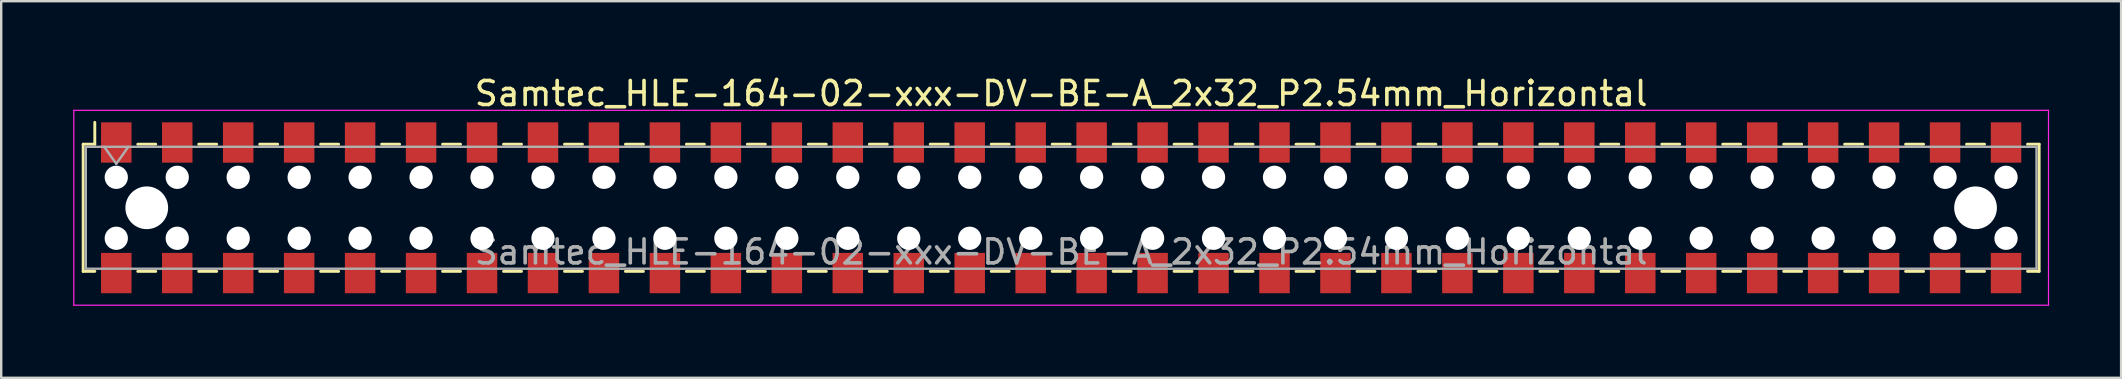
<source format=kicad_pcb>
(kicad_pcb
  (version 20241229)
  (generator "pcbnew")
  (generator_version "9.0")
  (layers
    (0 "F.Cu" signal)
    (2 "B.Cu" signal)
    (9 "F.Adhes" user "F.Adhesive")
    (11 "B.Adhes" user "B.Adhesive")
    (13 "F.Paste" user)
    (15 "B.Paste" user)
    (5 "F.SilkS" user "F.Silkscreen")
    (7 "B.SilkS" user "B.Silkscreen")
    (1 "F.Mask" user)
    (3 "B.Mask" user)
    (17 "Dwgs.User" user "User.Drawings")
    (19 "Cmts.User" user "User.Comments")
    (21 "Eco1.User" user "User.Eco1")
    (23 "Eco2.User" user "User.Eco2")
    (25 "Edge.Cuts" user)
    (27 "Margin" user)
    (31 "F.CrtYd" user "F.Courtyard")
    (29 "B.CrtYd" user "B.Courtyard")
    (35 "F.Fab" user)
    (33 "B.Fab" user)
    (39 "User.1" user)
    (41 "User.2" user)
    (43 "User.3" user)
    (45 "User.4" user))
  (footprint "Samtec_HLE-164-02-xxx-DV-BE-A_2x32_P2.54mm_Horizontal"
    (layer "F.Cu")
    (at 41.165 5.608)
    (property "Reference" "Samtec_HLE-164-02-xxx-DV-BE-A_2x32_P2.54mm_Horizontal" (at 0 -4.76 0) (layer "F.SilkS") (effects (font (size 1 1) (thickness 0.15))))
    (attr smd)
    (fp_line (start -40.75 -2.65) (end -40.75 2.65) (stroke (width 0.12) (type solid)) (layer "F.SilkS"))
    (fp_line (start -40.75 2.65) (end -40.265 2.65) (stroke (width 0.12) (type solid)) (layer "F.SilkS"))
    (fp_line (start -40.265 -3.56) (end -40.265 -2.65) (stroke (width 0.12) (type solid)) (layer "F.SilkS"))
    (fp_line (start -40.265 -2.65) (end -40.75 -2.65) (stroke (width 0.12) (type solid)) (layer "F.SilkS"))
    (fp_line (start -38.475 -2.65) (end -37.725 -2.65) (stroke (width 0.12) (type solid)) (layer "F.SilkS"))
    (fp_line (start -38.475 2.65) (end -37.725 2.65) (stroke (width 0.12) (type solid)) (layer "F.SilkS"))
    (fp_line (start -35.935 -2.65) (end -35.185 -2.65) (stroke (width 0.12) (type solid)) (layer "F.SilkS"))
    (fp_line (start -35.935 2.65) (end -35.185 2.65) (stroke (width 0.12) (type solid)) (layer "F.SilkS"))
    (fp_line (start -33.395 -2.65) (end -32.645 -2.65) (stroke (width 0.12) (type solid)) (layer "F.SilkS"))
    (fp_line (start -33.395 2.65) (end -32.645 2.65) (stroke (width 0.12) (type solid)) (layer "F.SilkS"))
    (fp_line (start -30.855 -2.65) (end -30.105 -2.65) (stroke (width 0.12) (type solid)) (layer "F.SilkS"))
    (fp_line (start -30.855 2.65) (end -30.105 2.65) (stroke (width 0.12) (type solid)) (layer "F.SilkS"))
    (fp_line (start -28.315 -2.65) (end -27.565 -2.65) (stroke (width 0.12) (type solid)) (layer "F.SilkS"))
    (fp_line (start -28.315 2.65) (end -27.565 2.65) (stroke (width 0.12) (type solid)) (layer "F.SilkS"))
    (fp_line (start -25.775 -2.65) (end -25.025 -2.65) (stroke (width 0.12) (type solid)) (layer "F.SilkS"))
    (fp_line (start -25.775 2.65) (end -25.025 2.65) (stroke (width 0.12) (type solid)) (layer "F.SilkS"))
    (fp_line (start -23.235 -2.65) (end -22.485 -2.65) (stroke (width 0.12) (type solid)) (layer "F.SilkS"))
    (fp_line (start -23.235 2.65) (end -22.485 2.65) (stroke (width 0.12) (type solid)) (layer "F.SilkS"))
    (fp_line (start -20.695 -2.65) (end -19.945 -2.65) (stroke (width 0.12) (type solid)) (layer "F.SilkS"))
    (fp_line (start -20.695 2.65) (end -19.945 2.65) (stroke (width 0.12) (type solid)) (layer "F.SilkS"))
    (fp_line (start -18.155 -2.65) (end -17.405 -2.65) (stroke (width 0.12) (type solid)) (layer "F.SilkS"))
    (fp_line (start -18.155 2.65) (end -17.405 2.65) (stroke (width 0.12) (type solid)) (layer "F.SilkS"))
    (fp_line (start -15.615 -2.65) (end -14.865 -2.65) (stroke (width 0.12) (type solid)) (layer "F.SilkS"))
    (fp_line (start -15.615 2.65) (end -14.865 2.65) (stroke (width 0.12) (type solid)) (layer "F.SilkS"))
    (fp_line (start -13.075 -2.65) (end -12.325 -2.65) (stroke (width 0.12) (type solid)) (layer "F.SilkS"))
    (fp_line (start -13.075 2.65) (end -12.325 2.65) (stroke (width 0.12) (type solid)) (layer "F.SilkS"))
    (fp_line (start -10.535 -2.65) (end -9.785 -2.65) (stroke (width 0.12) (type solid)) (layer "F.SilkS"))
    (fp_line (start -10.535 2.65) (end -9.785 2.65) (stroke (width 0.12) (type solid)) (layer "F.SilkS"))
    (fp_line (start -7.995 -2.65) (end -7.245 -2.65) (stroke (width 0.12) (type solid)) (layer "F.SilkS"))
    (fp_line (start -7.995 2.65) (end -7.245 2.65) (stroke (width 0.12) (type solid)) (layer "F.SilkS"))
    (fp_line (start -5.455 -2.65) (end -4.705 -2.65) (stroke (width 0.12) (type solid)) (layer "F.SilkS"))
    (fp_line (start -5.455 2.65) (end -4.705 2.65) (stroke (width 0.12) (type solid)) (layer "F.SilkS"))
    (fp_line (start -2.915 -2.65) (end -2.165 -2.65) (stroke (width 0.12) (type solid)) (layer "F.SilkS"))
    (fp_line (start -2.915 2.65) (end -2.165 2.65) (stroke (width 0.12) (type solid)) (layer "F.SilkS"))
    (fp_line (start -0.375 -2.65) (end 0.375 -2.65) (stroke (width 0.12) (type solid)) (layer "F.SilkS"))
    (fp_line (start -0.375 2.65) (end 0.375 2.65) (stroke (width 0.12) (type solid)) (layer "F.SilkS"))
    (fp_line (start 2.165 -2.65) (end 2.915 -2.65) (stroke (width 0.12) (type solid)) (layer "F.SilkS"))
    (fp_line (start 2.165 2.65) (end 2.915 2.65) (stroke (width 0.12) (type solid)) (layer "F.SilkS"))
    (fp_line (start 4.705 -2.65) (end 5.455 -2.65) (stroke (width 0.12) (type solid)) (layer "F.SilkS"))
    (fp_line (start 4.705 2.65) (end 5.455 2.65) (stroke (width 0.12) (type solid)) (layer "F.SilkS"))
    (fp_line (start 7.245 -2.65) (end 7.995 -2.65) (stroke (width 0.12) (type solid)) (layer "F.SilkS"))
    (fp_line (start 7.245 2.65) (end 7.995 2.65) (stroke (width 0.12) (type solid)) (layer "F.SilkS"))
    (fp_line (start 9.785 -2.65) (end 10.535 -2.65) (stroke (width 0.12) (type solid)) (layer "F.SilkS"))
    (fp_line (start 9.785 2.65) (end 10.535 2.65) (stroke (width 0.12) (type solid)) (layer "F.SilkS"))
    (fp_line (start 12.325 -2.65) (end 13.075 -2.65) (stroke (width 0.12) (type solid)) (layer "F.SilkS"))
    (fp_line (start 12.325 2.65) (end 13.075 2.65) (stroke (width 0.12) (type solid)) (layer "F.SilkS"))
    (fp_line (start 14.865 -2.65) (end 15.615 -2.65) (stroke (width 0.12) (type solid)) (layer "F.SilkS"))
    (fp_line (start 14.865 2.65) (end 15.615 2.65) (stroke (width 0.12) (type solid)) (layer "F.SilkS"))
    (fp_line (start 17.405 -2.65) (end 18.155 -2.65) (stroke (width 0.12) (type solid)) (layer "F.SilkS"))
    (fp_line (start 17.405 2.65) (end 18.155 2.65) (stroke (width 0.12) (type solid)) (layer "F.SilkS"))
    (fp_line (start 19.945 -2.65) (end 20.695 -2.65) (stroke (width 0.12) (type solid)) (layer "F.SilkS"))
    (fp_line (start 19.945 2.65) (end 20.695 2.65) (stroke (width 0.12) (type solid)) (layer "F.SilkS"))
    (fp_line (start 22.485 -2.65) (end 23.235 -2.65) (stroke (width 0.12) (type solid)) (layer "F.SilkS"))
    (fp_line (start 22.485 2.65) (end 23.235 2.65) (stroke (width 0.12) (type solid)) (layer "F.SilkS"))
    (fp_line (start 25.025 -2.65) (end 25.775 -2.65) (stroke (width 0.12) (type solid)) (layer "F.SilkS"))
    (fp_line (start 25.025 2.65) (end 25.775 2.65) (stroke (width 0.12) (type solid)) (layer "F.SilkS"))
    (fp_line (start 27.565 -2.65) (end 28.315 -2.65) (stroke (width 0.12) (type solid)) (layer "F.SilkS"))
    (fp_line (start 27.565 2.65) (end 28.315 2.65) (stroke (width 0.12) (type solid)) (layer "F.SilkS"))
    (fp_line (start 30.105 -2.65) (end 30.855 -2.65) (stroke (width 0.12) (type solid)) (layer "F.SilkS"))
    (fp_line (start 30.105 2.65) (end 30.855 2.65) (stroke (width 0.12) (type solid)) (layer "F.SilkS"))
    (fp_line (start 32.645 -2.65) (end 33.395 -2.65) (stroke (width 0.12) (type solid)) (layer "F.SilkS"))
    (fp_line (start 32.645 2.65) (end 33.395 2.65) (stroke (width 0.12) (type solid)) (layer "F.SilkS"))
    (fp_line (start 35.185 -2.65) (end 35.935 -2.65) (stroke (width 0.12) (type solid)) (layer "F.SilkS"))
    (fp_line (start 35.185 2.65) (end 35.935 2.65) (stroke (width 0.12) (type solid)) (layer "F.SilkS"))
    (fp_line (start 37.725 -2.65) (end 38.475 -2.65) (stroke (width 0.12) (type solid)) (layer "F.SilkS"))
    (fp_line (start 37.725 2.65) (end 38.475 2.65) (stroke (width 0.12) (type solid)) (layer "F.SilkS"))
    (fp_line (start 40.265 -2.65) (end 40.75 -2.65) (stroke (width 0.12) (type solid)) (layer "F.SilkS"))
    (fp_line (start 40.75 -2.65) (end 40.75 2.65) (stroke (width 0.12) (type solid)) (layer "F.SilkS"))
    (fp_line (start 40.75 2.65) (end 40.265 2.65) (stroke (width 0.12) (type solid)) (layer "F.SilkS"))
    (fp_line (start -41.14 -4.06) (end 41.14 -4.06) (stroke (width 0.05) (type solid)) (layer "F.CrtYd"))
    (fp_line (start -41.14 4.06) (end -41.14 -4.06) (stroke (width 0.05) (type solid)) (layer "F.CrtYd"))
    (fp_line (start 41.14 -4.06) (end 41.14 4.06) (stroke (width 0.05) (type solid)) (layer "F.CrtYd"))
    (fp_line (start 41.14 4.06) (end -41.14 4.06) (stroke (width 0.05) (type solid)) (layer "F.CrtYd"))
    (fp_line (start -40.64 -2.54) (end 40.64 -2.54) (stroke (width 0.1) (type solid)) (layer "F.Fab"))
    (fp_line (start -40.64 2.54) (end -40.64 -2.54) (stroke (width 0.1) (type solid)) (layer "F.Fab"))
    (fp_line (start -39.87 -2.54) (end -39.37 -1.833) (stroke (width 0.1) (type solid)) (layer "F.Fab"))
    (fp_line (start -39.37 -1.833) (end -38.87 -2.54) (stroke (width 0.1) (type solid)) (layer "F.Fab"))
    (fp_line (start 40.64 -2.54) (end 40.64 2.54) (stroke (width 0.1) (type solid)) (layer "F.Fab"))
    (fp_line (start 40.64 2.54) (end -40.64 2.54) (stroke (width 0.1) (type solid)) (layer "F.Fab"))
    (fp_text user "${REFERENCE}" (at 0 1.84 0) (layer "F.Fab") (effects (font (size 1 1) (thickness 0.15))))
    (pad "" np_thru_hole circle (at -39.37 -1.27) (size 0.97 0.97) (drill 0.97) (layers "*.Cu" "*.Mask"))
    (pad "" np_thru_hole circle (at -39.37 1.27) (size 0.97 0.97) (drill 0.97) (layers "*.Cu" "*.Mask"))
    (pad "" np_thru_hole circle (at -38.1 0) (size 1.78 1.78) (drill 1.78) (layers "*.Cu" "*.Mask"))
    (pad "" np_thru_hole circle (at -36.83 -1.27) (size 0.97 0.97) (drill 0.97) (layers "*.Cu" "*.Mask"))
    (pad "" np_thru_hole circle (at -36.83 1.27) (size 0.97 0.97) (drill 0.97) (layers "*.Cu" "*.Mask"))
    (pad "" np_thru_hole circle (at -34.29 -1.27) (size 0.97 0.97) (drill 0.97) (layers "*.Cu" "*.Mask"))
    (pad "" np_thru_hole circle (at -34.29 1.27) (size 0.97 0.97) (drill 0.97) (layers "*.Cu" "*.Mask"))
    (pad "" np_thru_hole circle (at -31.75 -1.27) (size 0.97 0.97) (drill 0.97) (layers "*.Cu" "*.Mask"))
    (pad "" np_thru_hole circle (at -31.75 1.27) (size 0.97 0.97) (drill 0.97) (layers "*.Cu" "*.Mask"))
    (pad "" np_thru_hole circle (at -29.21 -1.27) (size 0.97 0.97) (drill 0.97) (layers "*.Cu" "*.Mask"))
    (pad "" np_thru_hole circle (at -29.21 1.27) (size 0.97 0.97) (drill 0.97) (layers "*.Cu" "*.Mask"))
    (pad "" np_thru_hole circle (at -26.67 -1.27) (size 0.97 0.97) (drill 0.97) (layers "*.Cu" "*.Mask"))
    (pad "" np_thru_hole circle (at -26.67 1.27) (size 0.97 0.97) (drill 0.97) (layers "*.Cu" "*.Mask"))
    (pad "" np_thru_hole circle (at -24.13 -1.27) (size 0.97 0.97) (drill 0.97) (layers "*.Cu" "*.Mask"))
    (pad "" np_thru_hole circle (at -24.13 1.27) (size 0.97 0.97) (drill 0.97) (layers "*.Cu" "*.Mask"))
    (pad "" np_thru_hole circle (at -21.59 -1.27) (size 0.97 0.97) (drill 0.97) (layers "*.Cu" "*.Mask"))
    (pad "" np_thru_hole circle (at -21.59 1.27) (size 0.97 0.97) (drill 0.97) (layers "*.Cu" "*.Mask"))
    (pad "" np_thru_hole circle (at -19.05 -1.27) (size 0.97 0.97) (drill 0.97) (layers "*.Cu" "*.Mask"))
    (pad "" np_thru_hole circle (at -19.05 1.27) (size 0.97 0.97) (drill 0.97) (layers "*.Cu" "*.Mask"))
    (pad "" np_thru_hole circle (at -16.51 -1.27) (size 0.97 0.97) (drill 0.97) (layers "*.Cu" "*.Mask"))
    (pad "" np_thru_hole circle (at -16.51 1.27) (size 0.97 0.97) (drill 0.97) (layers "*.Cu" "*.Mask"))
    (pad "" np_thru_hole circle (at -13.97 -1.27) (size 0.97 0.97) (drill 0.97) (layers "*.Cu" "*.Mask"))
    (pad "" np_thru_hole circle (at -13.97 1.27) (size 0.97 0.97) (drill 0.97) (layers "*.Cu" "*.Mask"))
    (pad "" np_thru_hole circle (at -11.43 -1.27) (size 0.97 0.97) (drill 0.97) (layers "*.Cu" "*.Mask"))
    (pad "" np_thru_hole circle (at -11.43 1.27) (size 0.97 0.97) (drill 0.97) (layers "*.Cu" "*.Mask"))
    (pad "" np_thru_hole circle (at -8.89 -1.27) (size 0.97 0.97) (drill 0.97) (layers "*.Cu" "*.Mask"))
    (pad "" np_thru_hole circle (at -8.89 1.27) (size 0.97 0.97) (drill 0.97) (layers "*.Cu" "*.Mask"))
    (pad "" np_thru_hole circle (at -6.35 -1.27) (size 0.97 0.97) (drill 0.97) (layers "*.Cu" "*.Mask"))
    (pad "" np_thru_hole circle (at -6.35 1.27) (size 0.97 0.97) (drill 0.97) (layers "*.Cu" "*.Mask"))
    (pad "" np_thru_hole circle (at -3.81 -1.27) (size 0.97 0.97) (drill 0.97) (layers "*.Cu" "*.Mask"))
    (pad "" np_thru_hole circle (at -3.81 1.27) (size 0.97 0.97) (drill 0.97) (layers "*.Cu" "*.Mask"))
    (pad "" np_thru_hole circle (at -1.27 -1.27) (size 0.97 0.97) (drill 0.97) (layers "*.Cu" "*.Mask"))
    (pad "" np_thru_hole circle (at -1.27 1.27) (size 0.97 0.97) (drill 0.97) (layers "*.Cu" "*.Mask"))
    (pad "" np_thru_hole circle (at 1.27 -1.27) (size 0.97 0.97) (drill 0.97) (layers "*.Cu" "*.Mask"))
    (pad "" np_thru_hole circle (at 1.27 1.27) (size 0.97 0.97) (drill 0.97) (layers "*.Cu" "*.Mask"))
    (pad "" np_thru_hole circle (at 3.81 -1.27) (size 0.97 0.97) (drill 0.97) (layers "*.Cu" "*.Mask"))
    (pad "" np_thru_hole circle (at 3.81 1.27) (size 0.97 0.97) (drill 0.97) (layers "*.Cu" "*.Mask"))
    (pad "" np_thru_hole circle (at 6.35 -1.27) (size 0.97 0.97) (drill 0.97) (layers "*.Cu" "*.Mask"))
    (pad "" np_thru_hole circle (at 6.35 1.27) (size 0.97 0.97) (drill 0.97) (layers "*.Cu" "*.Mask"))
    (pad "" np_thru_hole circle (at 8.89 -1.27) (size 0.97 0.97) (drill 0.97) (layers "*.Cu" "*.Mask"))
    (pad "" np_thru_hole circle (at 8.89 1.27) (size 0.97 0.97) (drill 0.97) (layers "*.Cu" "*.Mask"))
    (pad "" np_thru_hole circle (at 11.43 -1.27) (size 0.97 0.97) (drill 0.97) (layers "*.Cu" "*.Mask"))
    (pad "" np_thru_hole circle (at 11.43 1.27) (size 0.97 0.97) (drill 0.97) (layers "*.Cu" "*.Mask"))
    (pad "" np_thru_hole circle (at 13.97 -1.27) (size 0.97 0.97) (drill 0.97) (layers "*.Cu" "*.Mask"))
    (pad "" np_thru_hole circle (at 13.97 1.27) (size 0.97 0.97) (drill 0.97) (layers "*.Cu" "*.Mask"))
    (pad "" np_thru_hole circle (at 16.51 -1.27) (size 0.97 0.97) (drill 0.97) (layers "*.Cu" "*.Mask"))
    (pad "" np_thru_hole circle (at 16.51 1.27) (size 0.97 0.97) (drill 0.97) (layers "*.Cu" "*.Mask"))
    (pad "" np_thru_hole circle (at 19.05 -1.27) (size 0.97 0.97) (drill 0.97) (layers "*.Cu" "*.Mask"))
    (pad "" np_thru_hole circle (at 19.05 1.27) (size 0.97 0.97) (drill 0.97) (layers "*.Cu" "*.Mask"))
    (pad "" np_thru_hole circle (at 21.59 -1.27) (size 0.97 0.97) (drill 0.97) (layers "*.Cu" "*.Mask"))
    (pad "" np_thru_hole circle (at 21.59 1.27) (size 0.97 0.97) (drill 0.97) (layers "*.Cu" "*.Mask"))
    (pad "" np_thru_hole circle (at 24.13 -1.27) (size 0.97 0.97) (drill 0.97) (layers "*.Cu" "*.Mask"))
    (pad "" np_thru_hole circle (at 24.13 1.27) (size 0.97 0.97) (drill 0.97) (layers "*.Cu" "*.Mask"))
    (pad "" np_thru_hole circle (at 26.67 -1.27) (size 0.97 0.97) (drill 0.97) (layers "*.Cu" "*.Mask"))
    (pad "" np_thru_hole circle (at 26.67 1.27) (size 0.97 0.97) (drill 0.97) (layers "*.Cu" "*.Mask"))
    (pad "" np_thru_hole circle (at 29.21 -1.27) (size 0.97 0.97) (drill 0.97) (layers "*.Cu" "*.Mask"))
    (pad "" np_thru_hole circle (at 29.21 1.27) (size 0.97 0.97) (drill 0.97) (layers "*.Cu" "*.Mask"))
    (pad "" np_thru_hole circle (at 31.75 -1.27) (size 0.97 0.97) (drill 0.97) (layers "*.Cu" "*.Mask"))
    (pad "" np_thru_hole circle (at 31.75 1.27) (size 0.97 0.97) (drill 0.97) (layers "*.Cu" "*.Mask"))
    (pad "" np_thru_hole circle (at 34.29 -1.27) (size 0.97 0.97) (drill 0.97) (layers "*.Cu" "*.Mask"))
    (pad "" np_thru_hole circle (at 34.29 1.27) (size 0.97 0.97) (drill 0.97) (layers "*.Cu" "*.Mask"))
    (pad "" np_thru_hole circle (at 36.83 -1.27) (size 0.97 0.97) (drill 0.97) (layers "*.Cu" "*.Mask"))
    (pad "" np_thru_hole circle (at 36.83 1.27) (size 0.97 0.97) (drill 0.97) (layers "*.Cu" "*.Mask"))
    (pad "" np_thru_hole circle (at 38.1 0) (size 1.78 1.78) (drill 1.78) (layers "*.Cu" "*.Mask"))
    (pad "" np_thru_hole circle (at 39.37 -1.27) (size 0.97 0.97) (drill 0.97) (layers "*.Cu" "*.Mask"))
    (pad "" np_thru_hole circle (at 39.37 1.27) (size 0.97 0.97) (drill 0.97) (layers "*.Cu" "*.Mask"))
    (pad "1" smd rect (at -39.37 -2.72) (size 1.27 1.68) (layers "F.Cu" "F.Mask" "F.Paste"))
    (pad "2" smd rect (at -39.37 2.72) (size 1.27 1.68) (layers "F.Cu" "F.Mask" "F.Paste"))
    (pad "3" smd rect (at -36.83 -2.72) (size 1.27 1.68) (layers "F.Cu" "F.Mask" "F.Paste"))
    (pad "4" smd rect (at -36.83 2.72) (size 1.27 1.68) (layers "F.Cu" "F.Mask" "F.Paste"))
    (pad "5" smd rect (at -34.29 -2.72) (size 1.27 1.68) (layers "F.Cu" "F.Mask" "F.Paste"))
    (pad "6" smd rect (at -34.29 2.72) (size 1.27 1.68) (layers "F.Cu" "F.Mask" "F.Paste"))
    (pad "7" smd rect (at -31.75 -2.72) (size 1.27 1.68) (layers "F.Cu" "F.Mask" "F.Paste"))
    (pad "8" smd rect (at -31.75 2.72) (size 1.27 1.68) (layers "F.Cu" "F.Mask" "F.Paste"))
    (pad "9" smd rect (at -29.21 -2.72) (size 1.27 1.68) (layers "F.Cu" "F.Mask" "F.Paste"))
    (pad "10" smd rect (at -29.21 2.72) (size 1.27 1.68) (layers "F.Cu" "F.Mask" "F.Paste"))
    (pad "11" smd rect (at -26.67 -2.72) (size 1.27 1.68) (layers "F.Cu" "F.Mask" "F.Paste"))
    (pad "12" smd rect (at -26.67 2.72) (size 1.27 1.68) (layers "F.Cu" "F.Mask" "F.Paste"))
    (pad "13" smd rect (at -24.13 -2.72) (size 1.27 1.68) (layers "F.Cu" "F.Mask" "F.Paste"))
    (pad "14" smd rect (at -24.13 2.72) (size 1.27 1.68) (layers "F.Cu" "F.Mask" "F.Paste"))
    (pad "15" smd rect (at -21.59 -2.72) (size 1.27 1.68) (layers "F.Cu" "F.Mask" "F.Paste"))
    (pad "16" smd rect (at -21.59 2.72) (size 1.27 1.68) (layers "F.Cu" "F.Mask" "F.Paste"))
    (pad "17" smd rect (at -19.05 -2.72) (size 1.27 1.68) (layers "F.Cu" "F.Mask" "F.Paste"))
    (pad "18" smd rect (at -19.05 2.72) (size 1.27 1.68) (layers "F.Cu" "F.Mask" "F.Paste"))
    (pad "19" smd rect (at -16.51 -2.72) (size 1.27 1.68) (layers "F.Cu" "F.Mask" "F.Paste"))
    (pad "20" smd rect (at -16.51 2.72) (size 1.27 1.68) (layers "F.Cu" "F.Mask" "F.Paste"))
    (pad "21" smd rect (at -13.97 -2.72) (size 1.27 1.68) (layers "F.Cu" "F.Mask" "F.Paste"))
    (pad "22" smd rect (at -13.97 2.72) (size 1.27 1.68) (layers "F.Cu" "F.Mask" "F.Paste"))
    (pad "23" smd rect (at -11.43 -2.72) (size 1.27 1.68) (layers "F.Cu" "F.Mask" "F.Paste"))
    (pad "24" smd rect (at -11.43 2.72) (size 1.27 1.68) (layers "F.Cu" "F.Mask" "F.Paste"))
    (pad "25" smd rect (at -8.89 -2.72) (size 1.27 1.68) (layers "F.Cu" "F.Mask" "F.Paste"))
    (pad "26" smd rect (at -8.89 2.72) (size 1.27 1.68) (layers "F.Cu" "F.Mask" "F.Paste"))
    (pad "27" smd rect (at -6.35 -2.72) (size 1.27 1.68) (layers "F.Cu" "F.Mask" "F.Paste"))
    (pad "28" smd rect (at -6.35 2.72) (size 1.27 1.68) (layers "F.Cu" "F.Mask" "F.Paste"))
    (pad "29" smd rect (at -3.81 -2.72) (size 1.27 1.68) (layers "F.Cu" "F.Mask" "F.Paste"))
    (pad "30" smd rect (at -3.81 2.72) (size 1.27 1.68) (layers "F.Cu" "F.Mask" "F.Paste"))
    (pad "31" smd rect (at -1.27 -2.72) (size 1.27 1.68) (layers "F.Cu" "F.Mask" "F.Paste"))
    (pad "32" smd rect (at -1.27 2.72) (size 1.27 1.68) (layers "F.Cu" "F.Mask" "F.Paste"))
    (pad "33" smd rect (at 1.27 -2.72) (size 1.27 1.68) (layers "F.Cu" "F.Mask" "F.Paste"))
    (pad "34" smd rect (at 1.27 2.72) (size 1.27 1.68) (layers "F.Cu" "F.Mask" "F.Paste"))
    (pad "35" smd rect (at 3.81 -2.72) (size 1.27 1.68) (layers "F.Cu" "F.Mask" "F.Paste"))
    (pad "36" smd rect (at 3.81 2.72) (size 1.27 1.68) (layers "F.Cu" "F.Mask" "F.Paste"))
    (pad "37" smd rect (at 6.35 -2.72) (size 1.27 1.68) (layers "F.Cu" "F.Mask" "F.Paste"))
    (pad "38" smd rect (at 6.35 2.72) (size 1.27 1.68) (layers "F.Cu" "F.Mask" "F.Paste"))
    (pad "39" smd rect (at 8.89 -2.72) (size 1.27 1.68) (layers "F.Cu" "F.Mask" "F.Paste"))
    (pad "40" smd rect (at 8.89 2.72) (size 1.27 1.68) (layers "F.Cu" "F.Mask" "F.Paste"))
    (pad "41" smd rect (at 11.43 -2.72) (size 1.27 1.68) (layers "F.Cu" "F.Mask" "F.Paste"))
    (pad "42" smd rect (at 11.43 2.72) (size 1.27 1.68) (layers "F.Cu" "F.Mask" "F.Paste"))
    (pad "43" smd rect (at 13.97 -2.72) (size 1.27 1.68) (layers "F.Cu" "F.Mask" "F.Paste"))
    (pad "44" smd rect (at 13.97 2.72) (size 1.27 1.68) (layers "F.Cu" "F.Mask" "F.Paste"))
    (pad "45" smd rect (at 16.51 -2.72) (size 1.27 1.68) (layers "F.Cu" "F.Mask" "F.Paste"))
    (pad "46" smd rect (at 16.51 2.72) (size 1.27 1.68) (layers "F.Cu" "F.Mask" "F.Paste"))
    (pad "47" smd rect (at 19.05 -2.72) (size 1.27 1.68) (layers "F.Cu" "F.Mask" "F.Paste"))
    (pad "48" smd rect (at 19.05 2.72) (size 1.27 1.68) (layers "F.Cu" "F.Mask" "F.Paste"))
    (pad "49" smd rect (at 21.59 -2.72) (size 1.27 1.68) (layers "F.Cu" "F.Mask" "F.Paste"))
    (pad "50" smd rect (at 21.59 2.72) (size 1.27 1.68) (layers "F.Cu" "F.Mask" "F.Paste"))
    (pad "51" smd rect (at 24.13 -2.72) (size 1.27 1.68) (layers "F.Cu" "F.Mask" "F.Paste"))
    (pad "52" smd rect (at 24.13 2.72) (size 1.27 1.68) (layers "F.Cu" "F.Mask" "F.Paste"))
    (pad "53" smd rect (at 26.67 -2.72) (size 1.27 1.68) (layers "F.Cu" "F.Mask" "F.Paste"))
    (pad "54" smd rect (at 26.67 2.72) (size 1.27 1.68) (layers "F.Cu" "F.Mask" "F.Paste"))
    (pad "55" smd rect (at 29.21 -2.72) (size 1.27 1.68) (layers "F.Cu" "F.Mask" "F.Paste"))
    (pad "56" smd rect (at 29.21 2.72) (size 1.27 1.68) (layers "F.Cu" "F.Mask" "F.Paste"))
    (pad "57" smd rect (at 31.75 -2.72) (size 1.27 1.68) (layers "F.Cu" "F.Mask" "F.Paste"))
    (pad "58" smd rect (at 31.75 2.72) (size 1.27 1.68) (layers "F.Cu" "F.Mask" "F.Paste"))
    (pad "59" smd rect (at 34.29 -2.72) (size 1.27 1.68) (layers "F.Cu" "F.Mask" "F.Paste"))
    (pad "60" smd rect (at 34.29 2.72) (size 1.27 1.68) (layers "F.Cu" "F.Mask" "F.Paste"))
    (pad "61" smd rect (at 36.83 -2.72) (size 1.27 1.68) (layers "F.Cu" "F.Mask" "F.Paste"))
    (pad "62" smd rect (at 36.83 2.72) (size 1.27 1.68) (layers "F.Cu" "F.Mask" "F.Paste"))
    (pad "63" smd rect (at 39.37 -2.72) (size 1.27 1.68) (layers "F.Cu" "F.Mask" "F.Paste"))
    (pad "64" smd rect (at 39.37 2.72) (size 1.27 1.68) (layers "F.Cu" "F.Mask" "F.Paste")))
  (gr_rect
    (start -3 -3)
    (end 85.33 12.693)
    (stroke (width 0.1) (type default))
    (fill no)
    (layer "Edge.Cuts")))
</source>
